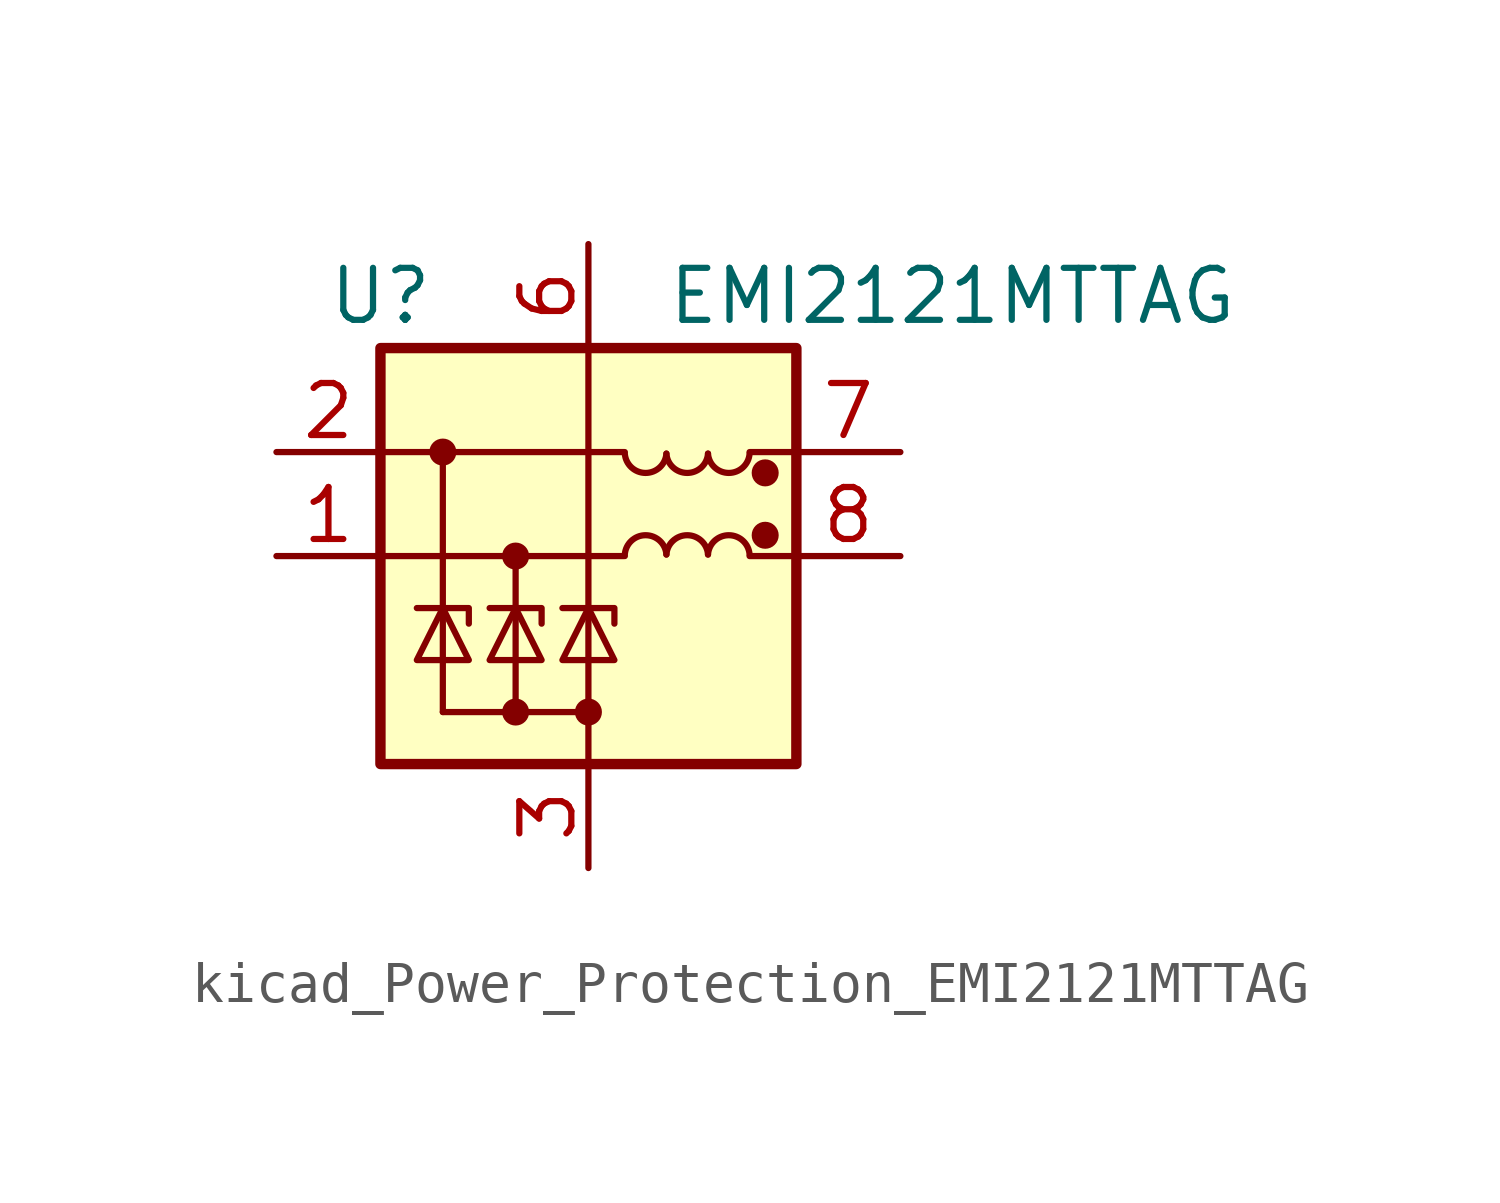
<source format=kicad_sym>
(kicad_symbol_lib
  (version 20220914)
  (generator kicad_symbol_editor)
  (symbol "kicad_Power_Protection_EMI2121MTTAG"
    (pin_names
      (offset 0.025) hide)
    (property "Reference" "U"
      (at -5.08 6.35 0)
      (effects (font (size 1.27 1.27))))
    (property "Value" "EMI2121MTTAG"
      (at 8.89 6.35 0)
      (effects (font (size 1.27 1.27))))
    (symbol "kicad_Power_Protection_EMI2121MTTAG_0_1"
      (rectangle (start -5.08 5.08) (end 5.08 -5.08) (stroke (width 0.254) (type default)) (fill (type background)))
      (polyline (pts (xy -5.08 0) (xy 0.889 0)) (stroke (width 0) (type default)) (fill (type none)))
      (polyline (pts (xy -5.08 2.54) (xy 0.889 2.54)) (stroke (width 0) (type default)) (fill (type none)))
      (polyline (pts (xy -3.556 2.54) (xy -3.556 -3.81)) (stroke (width 0) (type default)) (fill (type none)))
      (polyline (pts (xy -1.778 0) (xy -1.778 -3.81)) (stroke (width 0) (type default)) (fill (type none)))
      (polyline (pts (xy 0 5.08) (xy 0 -5.08)) (stroke (width 0) (type default)) (fill (type none)))
      (polyline (pts (xy 5.08 0) (xy 3.937 0)) (stroke (width 0) (type default)) (fill (type none)))
      (polyline (pts (xy 5.08 2.54) (xy 3.937 2.54)) (stroke (width 0) (type default)) (fill (type none)))
      (arc (start 0.889 2.5023) (mid 1.397 2.0306) (end 1.905 2.5023) (stroke (width 0) (type default)) (fill (type none)))
      (arc (start 1.905 0.0377) (mid 1.397 0.5094) (end 0.889 0.0377) (stroke (width 0) (type default)) (fill (type none)))
      (arc (start 1.905 2.5023) (mid 2.413 2.0306) (end 2.921 2.5023) (stroke (width 0) (type default)) (fill (type none)))
      (arc (start 2.921 0.0377) (mid 2.413 0.5094) (end 1.905 0.0377) (stroke (width 0) (type default)) (fill (type none)))
      (arc (start 2.921 2.5023) (mid 3.429 2.0306) (end 3.937 2.5023) (stroke (width 0) (type default)) (fill (type none)))
      (arc (start 3.937 0.0377) (mid 3.429 0.5094) (end 2.921 0.0377) (stroke (width 0) (type default)) (fill (type none))))
    (symbol "kicad_Power_Protection_EMI2121MTTAG_1_1"
      (circle (center -3.556 2.54) (radius 0.254) (stroke (width 0) (type default)) (fill (type outline)))
      (circle (center -1.778 -3.81) (radius 0.254) (stroke (width 0) (type default)) (fill (type outline)))
      (circle (center -1.778 0) (radius 0.254) (stroke (width 0) (type default)) (fill (type outline)))
      (circle (center 0 -3.81) (radius 0.254) (stroke (width 0) (type default)) (fill (type outline)))
      (polyline (pts (xy 0 -3.81) (xy -3.556 -3.81)) (stroke (width 0) (type default)) (fill (type none)))
      (polyline (pts (xy -2.921 -1.651) (xy -2.921 -1.27) (xy -4.191 -1.27)) (stroke (width 0) (type default)) (fill (type none)))
      (polyline (pts (xy -1.143 -1.651) (xy -1.143 -1.27) (xy -2.413 -1.27)) (stroke (width 0) (type default)) (fill (type none)))
      (polyline (pts (xy 0.635 -1.651) (xy 0.635 -1.27) (xy -0.635 -1.27)) (stroke (width 0) (type default)) (fill (type none)))
      (polyline (pts (xy -4.191 -2.54) (xy -2.921 -2.54) (xy -3.556 -1.27) (xy -4.191 -2.54)) (stroke (width 0) (type default)) (fill (type none)))
      (polyline (pts (xy -2.413 -2.54) (xy -1.143 -2.54) (xy -1.778 -1.27) (xy -2.413 -2.54)) (stroke (width 0) (type default)) (fill (type none)))
      (polyline (pts (xy -0.635 -2.54) (xy 0.635 -2.54) (xy 0 -1.27) (xy -0.635 -2.54)) (stroke (width 0) (type default)) (fill (type none)))
      (circle (center 4.318 0.508) (radius 0.254) (stroke (width 0) (type default)) (fill (type outline)))
      (circle (center 4.318 2.032) (radius 0.254) (stroke (width 0) (type default)) (fill (type outline)))
      (pin passive line (at -7.62 0 0) (length 2.54) (name "In_1+" (effects (font (size 1.27 1.27)))) (number "1" (effects (font (size 1.27 1.27)))))
      (pin passive line (at -7.62 2.54 0) (length 2.54) (name "In_1-" (effects (font (size 1.27 1.27)))) (number "2" (effects (font (size 1.27 1.27)))))
      (pin power_in line (at 0 -7.62 90) (length 2.54) (name "GND" (effects (font (size 1.27 1.27)))) (number "3" (effects (font (size 1.27 1.27)))))
      (pin passive line (at 0 -7.62 90) (length 2.54) hide (name "GND" (effects (font (size 1.27 1.27)))) (number "4" (effects (font (size 1.27 1.27)))))
      (pin passive line (at 0 -7.62 90) (length 2.54) hide (name "GND" (effects (font (size 1.27 1.27)))) (number "5" (effects (font (size 1.27 1.27)))))
      (pin power_in line (at 0 7.62 270) (length 2.54) (name "VDD" (effects (font (size 1.27 1.27)))) (number "6" (effects (font (size 1.27 1.27)))))
      (pin passive line (at 7.62 2.54 180) (length 2.54) (name "Out_1-" (effects (font (size 1.27 1.27)))) (number "7" (effects (font (size 1.27 1.27)))))
      (pin passive line (at 7.62 0 180) (length 2.54) (name "Out_1+" (effects (font (size 1.27 1.27)))) (number "8" (effects (font (size 1.27 1.27)))))
      (pin passive line (at 0 -7.62 90) (length 2.54) hide (name "GND" (effects (font (size 1.27 1.27)))) (number "9" (effects (font (size 1.27 1.27))))))))
</source>
